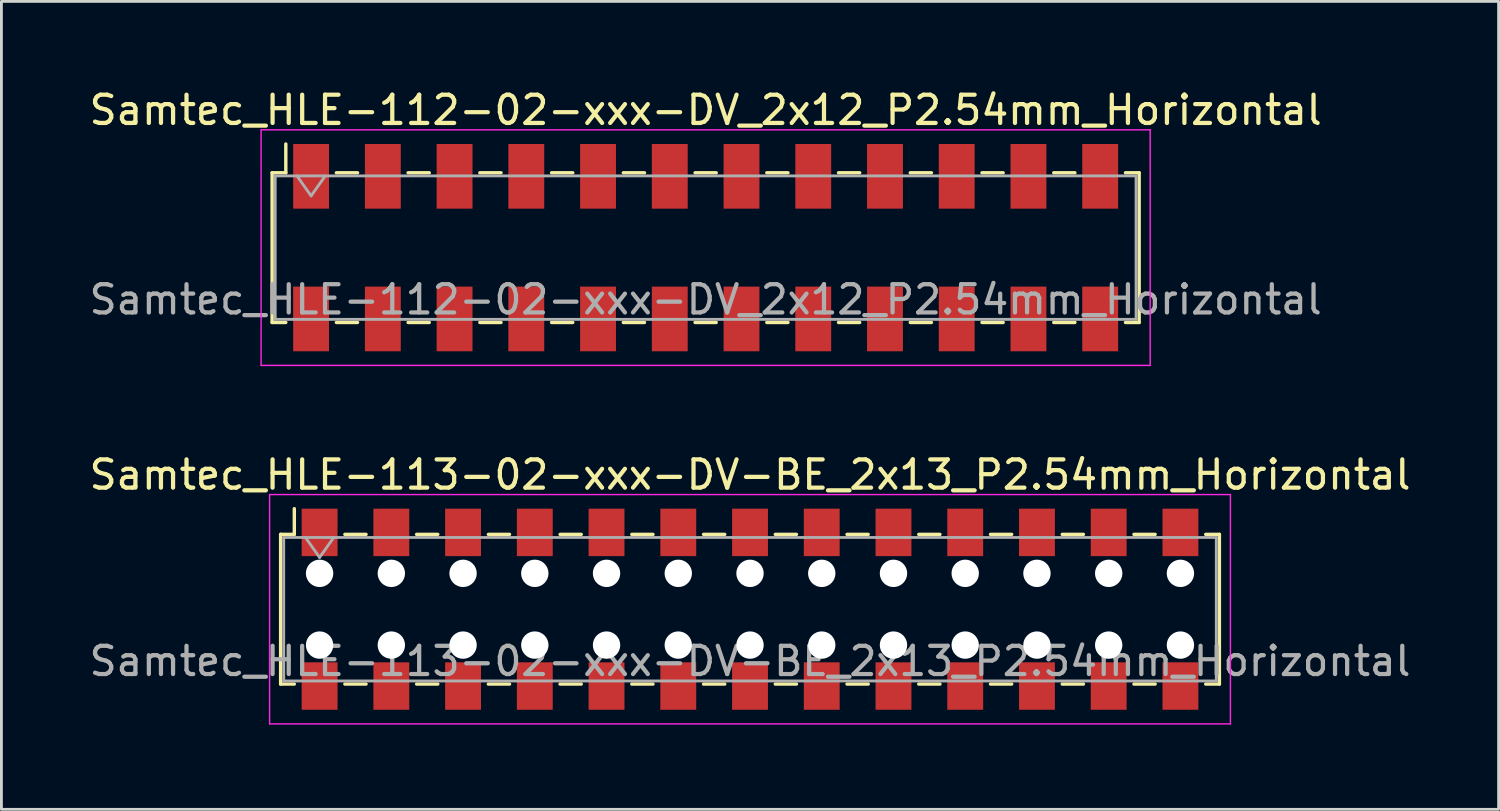
<source format=kicad_pcb>
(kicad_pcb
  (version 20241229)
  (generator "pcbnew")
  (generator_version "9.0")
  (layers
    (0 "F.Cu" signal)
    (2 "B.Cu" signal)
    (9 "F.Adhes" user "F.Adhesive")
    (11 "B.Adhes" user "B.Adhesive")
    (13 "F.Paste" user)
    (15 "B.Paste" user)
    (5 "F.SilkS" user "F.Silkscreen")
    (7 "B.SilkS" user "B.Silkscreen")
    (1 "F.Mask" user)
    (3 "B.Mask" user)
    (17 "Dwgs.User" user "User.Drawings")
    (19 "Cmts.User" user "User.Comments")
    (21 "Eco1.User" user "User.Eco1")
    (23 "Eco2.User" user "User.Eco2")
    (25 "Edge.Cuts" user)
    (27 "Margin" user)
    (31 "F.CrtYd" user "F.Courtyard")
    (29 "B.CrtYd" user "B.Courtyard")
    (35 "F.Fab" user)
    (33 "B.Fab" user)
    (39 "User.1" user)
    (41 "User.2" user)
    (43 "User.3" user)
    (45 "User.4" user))
  (footprint "Samtec_HLE-112-02-xxx-DV_2x12_P2.54mm_Horizontal"
    (layer "F.Cu")
    (at 21.935 5.718)
    (property "Reference" "Samtec_HLE-112-02-xxx-DV_2x12_P2.54mm_Horizontal" (at 0 -4.87 0) (layer "F.SilkS") (effects (font (size 1 1) (thickness 0.15))))
    (attr smd)
    (fp_line (start -15.35 -2.65) (end -15.35 2.65) (stroke (width 0.12) (type solid)) (layer "F.SilkS"))
    (fp_line (start -15.35 2.65) (end -14.865 2.65) (stroke (width 0.12) (type solid)) (layer "F.SilkS"))
    (fp_line (start -14.865 -3.67) (end -14.865 -2.65) (stroke (width 0.12) (type solid)) (layer "F.SilkS"))
    (fp_line (start -14.865 -2.65) (end -15.35 -2.65) (stroke (width 0.12) (type solid)) (layer "F.SilkS"))
    (fp_line (start -13.075 -2.65) (end -12.325 -2.65) (stroke (width 0.12) (type solid)) (layer "F.SilkS"))
    (fp_line (start -13.075 2.65) (end -12.325 2.65) (stroke (width 0.12) (type solid)) (layer "F.SilkS"))
    (fp_line (start -10.535 -2.65) (end -9.785 -2.65) (stroke (width 0.12) (type solid)) (layer "F.SilkS"))
    (fp_line (start -10.535 2.65) (end -9.785 2.65) (stroke (width 0.12) (type solid)) (layer "F.SilkS"))
    (fp_line (start -7.995 -2.65) (end -7.245 -2.65) (stroke (width 0.12) (type solid)) (layer "F.SilkS"))
    (fp_line (start -7.995 2.65) (end -7.245 2.65) (stroke (width 0.12) (type solid)) (layer "F.SilkS"))
    (fp_line (start -5.455 -2.65) (end -4.705 -2.65) (stroke (width 0.12) (type solid)) (layer "F.SilkS"))
    (fp_line (start -5.455 2.65) (end -4.705 2.65) (stroke (width 0.12) (type solid)) (layer "F.SilkS"))
    (fp_line (start -2.915 -2.65) (end -2.165 -2.65) (stroke (width 0.12) (type solid)) (layer "F.SilkS"))
    (fp_line (start -2.915 2.65) (end -2.165 2.65) (stroke (width 0.12) (type solid)) (layer "F.SilkS"))
    (fp_line (start -0.375 -2.65) (end 0.375 -2.65) (stroke (width 0.12) (type solid)) (layer "F.SilkS"))
    (fp_line (start -0.375 2.65) (end 0.375 2.65) (stroke (width 0.12) (type solid)) (layer "F.SilkS"))
    (fp_line (start 2.165 -2.65) (end 2.915 -2.65) (stroke (width 0.12) (type solid)) (layer "F.SilkS"))
    (fp_line (start 2.165 2.65) (end 2.915 2.65) (stroke (width 0.12) (type solid)) (layer "F.SilkS"))
    (fp_line (start 4.705 -2.65) (end 5.455 -2.65) (stroke (width 0.12) (type solid)) (layer "F.SilkS"))
    (fp_line (start 4.705 2.65) (end 5.455 2.65) (stroke (width 0.12) (type solid)) (layer "F.SilkS"))
    (fp_line (start 7.245 -2.65) (end 7.995 -2.65) (stroke (width 0.12) (type solid)) (layer "F.SilkS"))
    (fp_line (start 7.245 2.65) (end 7.995 2.65) (stroke (width 0.12) (type solid)) (layer "F.SilkS"))
    (fp_line (start 9.785 -2.65) (end 10.535 -2.65) (stroke (width 0.12) (type solid)) (layer "F.SilkS"))
    (fp_line (start 9.785 2.65) (end 10.535 2.65) (stroke (width 0.12) (type solid)) (layer "F.SilkS"))
    (fp_line (start 12.325 -2.65) (end 13.075 -2.65) (stroke (width 0.12) (type solid)) (layer "F.SilkS"))
    (fp_line (start 12.325 2.65) (end 13.075 2.65) (stroke (width 0.12) (type solid)) (layer "F.SilkS"))
    (fp_line (start 14.865 -2.65) (end 15.35 -2.65) (stroke (width 0.12) (type solid)) (layer "F.SilkS"))
    (fp_line (start 15.35 -2.65) (end 15.35 2.65) (stroke (width 0.12) (type solid)) (layer "F.SilkS"))
    (fp_line (start 15.35 2.65) (end 14.865 2.65) (stroke (width 0.12) (type solid)) (layer "F.SilkS"))
    (fp_line (start -15.74 -4.17) (end 15.74 -4.17) (stroke (width 0.05) (type solid)) (layer "F.CrtYd"))
    (fp_line (start -15.74 4.17) (end -15.74 -4.17) (stroke (width 0.05) (type solid)) (layer "F.CrtYd"))
    (fp_line (start 15.74 -4.17) (end 15.74 4.17) (stroke (width 0.05) (type solid)) (layer "F.CrtYd"))
    (fp_line (start 15.74 4.17) (end -15.74 4.17) (stroke (width 0.05) (type solid)) (layer "F.CrtYd"))
    (fp_line (start -15.24 -2.54) (end 15.24 -2.54) (stroke (width 0.1) (type solid)) (layer "F.Fab"))
    (fp_line (start -15.24 2.54) (end -15.24 -2.54) (stroke (width 0.1) (type solid)) (layer "F.Fab"))
    (fp_line (start -14.47 -2.54) (end -13.97 -1.833) (stroke (width 0.1) (type solid)) (layer "F.Fab"))
    (fp_line (start -13.97 -1.833) (end -13.47 -2.54) (stroke (width 0.1) (type solid)) (layer "F.Fab"))
    (fp_line (start 15.24 -2.54) (end 15.24 2.54) (stroke (width 0.1) (type solid)) (layer "F.Fab"))
    (fp_line (start 15.24 2.54) (end -15.24 2.54) (stroke (width 0.1) (type solid)) (layer "F.Fab"))
    (fp_text user "${REFERENCE}" (at 0 1.84 0) (layer "F.Fab") (effects (font (size 1 1) (thickness 0.15))))
    (pad "1" smd rect (at -13.97 -2.525) (size 1.27 2.29) (layers "F.Cu" "F.Mask" "F.Paste"))
    (pad "2" smd rect (at -13.97 2.525) (size 1.27 2.29) (layers "F.Cu" "F.Mask" "F.Paste"))
    (pad "3" smd rect (at -11.43 -2.525) (size 1.27 2.29) (layers "F.Cu" "F.Mask" "F.Paste"))
    (pad "4" smd rect (at -11.43 2.525) (size 1.27 2.29) (layers "F.Cu" "F.Mask" "F.Paste"))
    (pad "5" smd rect (at -8.89 -2.525) (size 1.27 2.29) (layers "F.Cu" "F.Mask" "F.Paste"))
    (pad "6" smd rect (at -8.89 2.525) (size 1.27 2.29) (layers "F.Cu" "F.Mask" "F.Paste"))
    (pad "7" smd rect (at -6.35 -2.525) (size 1.27 2.29) (layers "F.Cu" "F.Mask" "F.Paste"))
    (pad "8" smd rect (at -6.35 2.525) (size 1.27 2.29) (layers "F.Cu" "F.Mask" "F.Paste"))
    (pad "9" smd rect (at -3.81 -2.525) (size 1.27 2.29) (layers "F.Cu" "F.Mask" "F.Paste"))
    (pad "10" smd rect (at -3.81 2.525) (size 1.27 2.29) (layers "F.Cu" "F.Mask" "F.Paste"))
    (pad "11" smd rect (at -1.27 -2.525) (size 1.27 2.29) (layers "F.Cu" "F.Mask" "F.Paste"))
    (pad "12" smd rect (at -1.27 2.525) (size 1.27 2.29) (layers "F.Cu" "F.Mask" "F.Paste"))
    (pad "13" smd rect (at 1.27 -2.525) (size 1.27 2.29) (layers "F.Cu" "F.Mask" "F.Paste"))
    (pad "14" smd rect (at 1.27 2.525) (size 1.27 2.29) (layers "F.Cu" "F.Mask" "F.Paste"))
    (pad "15" smd rect (at 3.81 -2.525) (size 1.27 2.29) (layers "F.Cu" "F.Mask" "F.Paste"))
    (pad "16" smd rect (at 3.81 2.525) (size 1.27 2.29) (layers "F.Cu" "F.Mask" "F.Paste"))
    (pad "17" smd rect (at 6.35 -2.525) (size 1.27 2.29) (layers "F.Cu" "F.Mask" "F.Paste"))
    (pad "18" smd rect (at 6.35 2.525) (size 1.27 2.29) (layers "F.Cu" "F.Mask" "F.Paste"))
    (pad "19" smd rect (at 8.89 -2.525) (size 1.27 2.29) (layers "F.Cu" "F.Mask" "F.Paste"))
    (pad "20" smd rect (at 8.89 2.525) (size 1.27 2.29) (layers "F.Cu" "F.Mask" "F.Paste"))
    (pad "21" smd rect (at 11.43 -2.525) (size 1.27 2.29) (layers "F.Cu" "F.Mask" "F.Paste"))
    (pad "22" smd rect (at 11.43 2.525) (size 1.27 2.29) (layers "F.Cu" "F.Mask" "F.Paste"))
    (pad "23" smd rect (at 13.97 -2.525) (size 1.27 2.29) (layers "F.Cu" "F.Mask" "F.Paste"))
    (pad "24" smd rect (at 13.97 2.525) (size 1.27 2.29) (layers "F.Cu" "F.Mask" "F.Paste")))
  (footprint "Samtec_HLE-113-02-xxx-DV-BE_2x13_P2.54mm_Horizontal"
    (layer "F.Cu")
    (at 23.506 18.521)
    (property "Reference" "Samtec_HLE-113-02-xxx-DV-BE_2x13_P2.54mm_Horizontal" (at 0 -4.76 0) (layer "F.SilkS") (effects (font (size 1 1) (thickness 0.15))))
    (attr smd)
    (fp_line (start -16.62 -2.65) (end -16.62 2.65) (stroke (width 0.12) (type solid)) (layer "F.SilkS"))
    (fp_line (start -16.62 2.65) (end -16.135 2.65) (stroke (width 0.12) (type solid)) (layer "F.SilkS"))
    (fp_line (start -16.135 -3.56) (end -16.135 -2.65) (stroke (width 0.12) (type solid)) (layer "F.SilkS"))
    (fp_line (start -16.135 -2.65) (end -16.62 -2.65) (stroke (width 0.12) (type solid)) (layer "F.SilkS"))
    (fp_line (start -14.345 -2.65) (end -13.595 -2.65) (stroke (width 0.12) (type solid)) (layer "F.SilkS"))
    (fp_line (start -14.345 2.65) (end -13.595 2.65) (stroke (width 0.12) (type solid)) (layer "F.SilkS"))
    (fp_line (start -11.805 -2.65) (end -11.055 -2.65) (stroke (width 0.12) (type solid)) (layer "F.SilkS"))
    (fp_line (start -11.805 2.65) (end -11.055 2.65) (stroke (width 0.12) (type solid)) (layer "F.SilkS"))
    (fp_line (start -9.265 -2.65) (end -8.515 -2.65) (stroke (width 0.12) (type solid)) (layer "F.SilkS"))
    (fp_line (start -9.265 2.65) (end -8.515 2.65) (stroke (width 0.12) (type solid)) (layer "F.SilkS"))
    (fp_line (start -6.725 -2.65) (end -5.975 -2.65) (stroke (width 0.12) (type solid)) (layer "F.SilkS"))
    (fp_line (start -6.725 2.65) (end -5.975 2.65) (stroke (width 0.12) (type solid)) (layer "F.SilkS"))
    (fp_line (start -4.185 -2.65) (end -3.435 -2.65) (stroke (width 0.12) (type solid)) (layer "F.SilkS"))
    (fp_line (start -4.185 2.65) (end -3.435 2.65) (stroke (width 0.12) (type solid)) (layer "F.SilkS"))
    (fp_line (start -1.645 -2.65) (end -0.895 -2.65) (stroke (width 0.12) (type solid)) (layer "F.SilkS"))
    (fp_line (start -1.645 2.65) (end -0.895 2.65) (stroke (width 0.12) (type solid)) (layer "F.SilkS"))
    (fp_line (start 0.895 -2.65) (end 1.645 -2.65) (stroke (width 0.12) (type solid)) (layer "F.SilkS"))
    (fp_line (start 0.895 2.65) (end 1.645 2.65) (stroke (width 0.12) (type solid)) (layer "F.SilkS"))
    (fp_line (start 3.435 -2.65) (end 4.185 -2.65) (stroke (width 0.12) (type solid)) (layer "F.SilkS"))
    (fp_line (start 3.435 2.65) (end 4.185 2.65) (stroke (width 0.12) (type solid)) (layer "F.SilkS"))
    (fp_line (start 5.975 -2.65) (end 6.725 -2.65) (stroke (width 0.12) (type solid)) (layer "F.SilkS"))
    (fp_line (start 5.975 2.65) (end 6.725 2.65) (stroke (width 0.12) (type solid)) (layer "F.SilkS"))
    (fp_line (start 8.515 -2.65) (end 9.265 -2.65) (stroke (width 0.12) (type solid)) (layer "F.SilkS"))
    (fp_line (start 8.515 2.65) (end 9.265 2.65) (stroke (width 0.12) (type solid)) (layer "F.SilkS"))
    (fp_line (start 11.055 -2.65) (end 11.805 -2.65) (stroke (width 0.12) (type solid)) (layer "F.SilkS"))
    (fp_line (start 11.055 2.65) (end 11.805 2.65) (stroke (width 0.12) (type solid)) (layer "F.SilkS"))
    (fp_line (start 13.595 -2.65) (end 14.345 -2.65) (stroke (width 0.12) (type solid)) (layer "F.SilkS"))
    (fp_line (start 13.595 2.65) (end 14.345 2.65) (stroke (width 0.12) (type solid)) (layer "F.SilkS"))
    (fp_line (start 16.135 -2.65) (end 16.62 -2.65) (stroke (width 0.12) (type solid)) (layer "F.SilkS"))
    (fp_line (start 16.62 -2.65) (end 16.62 2.65) (stroke (width 0.12) (type solid)) (layer "F.SilkS"))
    (fp_line (start 16.62 2.65) (end 16.135 2.65) (stroke (width 0.12) (type solid)) (layer "F.SilkS"))
    (fp_line (start -17.01 -4.06) (end 17.01 -4.06) (stroke (width 0.05) (type solid)) (layer "F.CrtYd"))
    (fp_line (start -17.01 4.06) (end -17.01 -4.06) (stroke (width 0.05) (type solid)) (layer "F.CrtYd"))
    (fp_line (start 17.01 -4.06) (end 17.01 4.06) (stroke (width 0.05) (type solid)) (layer "F.CrtYd"))
    (fp_line (start 17.01 4.06) (end -17.01 4.06) (stroke (width 0.05) (type solid)) (layer "F.CrtYd"))
    (fp_line (start -16.51 -2.54) (end 16.51 -2.54) (stroke (width 0.1) (type solid)) (layer "F.Fab"))
    (fp_line (start -16.51 2.54) (end -16.51 -2.54) (stroke (width 0.1) (type solid)) (layer "F.Fab"))
    (fp_line (start -15.74 -2.54) (end -15.24 -1.833) (stroke (width 0.1) (type solid)) (layer "F.Fab"))
    (fp_line (start -15.24 -1.833) (end -14.74 -2.54) (stroke (width 0.1) (type solid)) (layer "F.Fab"))
    (fp_line (start 16.51 -2.54) (end 16.51 2.54) (stroke (width 0.1) (type solid)) (layer "F.Fab"))
    (fp_line (start 16.51 2.54) (end -16.51 2.54) (stroke (width 0.1) (type solid)) (layer "F.Fab"))
    (fp_text user "${REFERENCE}" (at 0 1.84 0) (layer "F.Fab") (effects (font (size 1 1) (thickness 0.15))))
    (pad "" np_thru_hole circle (at -15.24 -1.27) (size 0.97 0.97) (drill 0.97) (layers "*.Cu" "*.Mask"))
    (pad "" np_thru_hole circle (at -15.24 1.27) (size 0.97 0.97) (drill 0.97) (layers "*.Cu" "*.Mask"))
    (pad "" np_thru_hole circle (at -12.7 -1.27) (size 0.97 0.97) (drill 0.97) (layers "*.Cu" "*.Mask"))
    (pad "" np_thru_hole circle (at -12.7 1.27) (size 0.97 0.97) (drill 0.97) (layers "*.Cu" "*.Mask"))
    (pad "" np_thru_hole circle (at -10.16 -1.27) (size 0.97 0.97) (drill 0.97) (layers "*.Cu" "*.Mask"))
    (pad "" np_thru_hole circle (at -10.16 1.27) (size 0.97 0.97) (drill 0.97) (layers "*.Cu" "*.Mask"))
    (pad "" np_thru_hole circle (at -7.62 -1.27) (size 0.97 0.97) (drill 0.97) (layers "*.Cu" "*.Mask"))
    (pad "" np_thru_hole circle (at -7.62 1.27) (size 0.97 0.97) (drill 0.97) (layers "*.Cu" "*.Mask"))
    (pad "" np_thru_hole circle (at -5.08 -1.27) (size 0.97 0.97) (drill 0.97) (layers "*.Cu" "*.Mask"))
    (pad "" np_thru_hole circle (at -5.08 1.27) (size 0.97 0.97) (drill 0.97) (layers "*.Cu" "*.Mask"))
    (pad "" np_thru_hole circle (at -2.54 -1.27) (size 0.97 0.97) (drill 0.97) (layers "*.Cu" "*.Mask"))
    (pad "" np_thru_hole circle (at -2.54 1.27) (size 0.97 0.97) (drill 0.97) (layers "*.Cu" "*.Mask"))
    (pad "" np_thru_hole circle (at 0 -1.27) (size 0.97 0.97) (drill 0.97) (layers "*.Cu" "*.Mask"))
    (pad "" np_thru_hole circle (at 0 1.27) (size 0.97 0.97) (drill 0.97) (layers "*.Cu" "*.Mask"))
    (pad "" np_thru_hole circle (at 2.54 -1.27) (size 0.97 0.97) (drill 0.97) (layers "*.Cu" "*.Mask"))
    (pad "" np_thru_hole circle (at 2.54 1.27) (size 0.97 0.97) (drill 0.97) (layers "*.Cu" "*.Mask"))
    (pad "" np_thru_hole circle (at 5.08 -1.27) (size 0.97 0.97) (drill 0.97) (layers "*.Cu" "*.Mask"))
    (pad "" np_thru_hole circle (at 5.08 1.27) (size 0.97 0.97) (drill 0.97) (layers "*.Cu" "*.Mask"))
    (pad "" np_thru_hole circle (at 7.62 -1.27) (size 0.97 0.97) (drill 0.97) (layers "*.Cu" "*.Mask"))
    (pad "" np_thru_hole circle (at 7.62 1.27) (size 0.97 0.97) (drill 0.97) (layers "*.Cu" "*.Mask"))
    (pad "" np_thru_hole circle (at 10.16 -1.27) (size 0.97 0.97) (drill 0.97) (layers "*.Cu" "*.Mask"))
    (pad "" np_thru_hole circle (at 10.16 1.27) (size 0.97 0.97) (drill 0.97) (layers "*.Cu" "*.Mask"))
    (pad "" np_thru_hole circle (at 12.7 -1.27) (size 0.97 0.97) (drill 0.97) (layers "*.Cu" "*.Mask"))
    (pad "" np_thru_hole circle (at 12.7 1.27) (size 0.97 0.97) (drill 0.97) (layers "*.Cu" "*.Mask"))
    (pad "" np_thru_hole circle (at 15.24 -1.27) (size 0.97 0.97) (drill 0.97) (layers "*.Cu" "*.Mask"))
    (pad "" np_thru_hole circle (at 15.24 1.27) (size 0.97 0.97) (drill 0.97) (layers "*.Cu" "*.Mask"))
    (pad "1" smd rect (at -15.24 -2.72) (size 1.27 1.68) (layers "F.Cu" "F.Mask" "F.Paste"))
    (pad "2" smd rect (at -15.24 2.72) (size 1.27 1.68) (layers "F.Cu" "F.Mask" "F.Paste"))
    (pad "3" smd rect (at -12.7 -2.72) (size 1.27 1.68) (layers "F.Cu" "F.Mask" "F.Paste"))
    (pad "4" smd rect (at -12.7 2.72) (size 1.27 1.68) (layers "F.Cu" "F.Mask" "F.Paste"))
    (pad "5" smd rect (at -10.16 -2.72) (size 1.27 1.68) (layers "F.Cu" "F.Mask" "F.Paste"))
    (pad "6" smd rect (at -10.16 2.72) (size 1.27 1.68) (layers "F.Cu" "F.Mask" "F.Paste"))
    (pad "7" smd rect (at -7.62 -2.72) (size 1.27 1.68) (layers "F.Cu" "F.Mask" "F.Paste"))
    (pad "8" smd rect (at -7.62 2.72) (size 1.27 1.68) (layers "F.Cu" "F.Mask" "F.Paste"))
    (pad "9" smd rect (at -5.08 -2.72) (size 1.27 1.68) (layers "F.Cu" "F.Mask" "F.Paste"))
    (pad "10" smd rect (at -5.08 2.72) (size 1.27 1.68) (layers "F.Cu" "F.Mask" "F.Paste"))
    (pad "11" smd rect (at -2.54 -2.72) (size 1.27 1.68) (layers "F.Cu" "F.Mask" "F.Paste"))
    (pad "12" smd rect (at -2.54 2.72) (size 1.27 1.68) (layers "F.Cu" "F.Mask" "F.Paste"))
    (pad "13" smd rect (at 0 -2.72) (size 1.27 1.68) (layers "F.Cu" "F.Mask" "F.Paste"))
    (pad "14" smd rect (at 0 2.72) (size 1.27 1.68) (layers "F.Cu" "F.Mask" "F.Paste"))
    (pad "15" smd rect (at 2.54 -2.72) (size 1.27 1.68) (layers "F.Cu" "F.Mask" "F.Paste"))
    (pad "16" smd rect (at 2.54 2.72) (size 1.27 1.68) (layers "F.Cu" "F.Mask" "F.Paste"))
    (pad "17" smd rect (at 5.08 -2.72) (size 1.27 1.68) (layers "F.Cu" "F.Mask" "F.Paste"))
    (pad "18" smd rect (at 5.08 2.72) (size 1.27 1.68) (layers "F.Cu" "F.Mask" "F.Paste"))
    (pad "19" smd rect (at 7.62 -2.72) (size 1.27 1.68) (layers "F.Cu" "F.Mask" "F.Paste"))
    (pad "20" smd rect (at 7.62 2.72) (size 1.27 1.68) (layers "F.Cu" "F.Mask" "F.Paste"))
    (pad "21" smd rect (at 10.16 -2.72) (size 1.27 1.68) (layers "F.Cu" "F.Mask" "F.Paste"))
    (pad "22" smd rect (at 10.16 2.72) (size 1.27 1.68) (layers "F.Cu" "F.Mask" "F.Paste"))
    (pad "23" smd rect (at 12.7 -2.72) (size 1.27 1.68) (layers "F.Cu" "F.Mask" "F.Paste"))
    (pad "24" smd rect (at 12.7 2.72) (size 1.27 1.68) (layers "F.Cu" "F.Mask" "F.Paste"))
    (pad "25" smd rect (at 15.24 -2.72) (size 1.27 1.68) (layers "F.Cu" "F.Mask" "F.Paste"))
    (pad "26" smd rect (at 15.24 2.72) (size 1.27 1.68) (layers "F.Cu" "F.Mask" "F.Paste")))
  (gr_rect
    (start -3 -3)
    (end 50.012 25.607)
    (stroke (width 0.1) (type default))
    (fill no)
    (layer "Edge.Cuts")))
</source>
